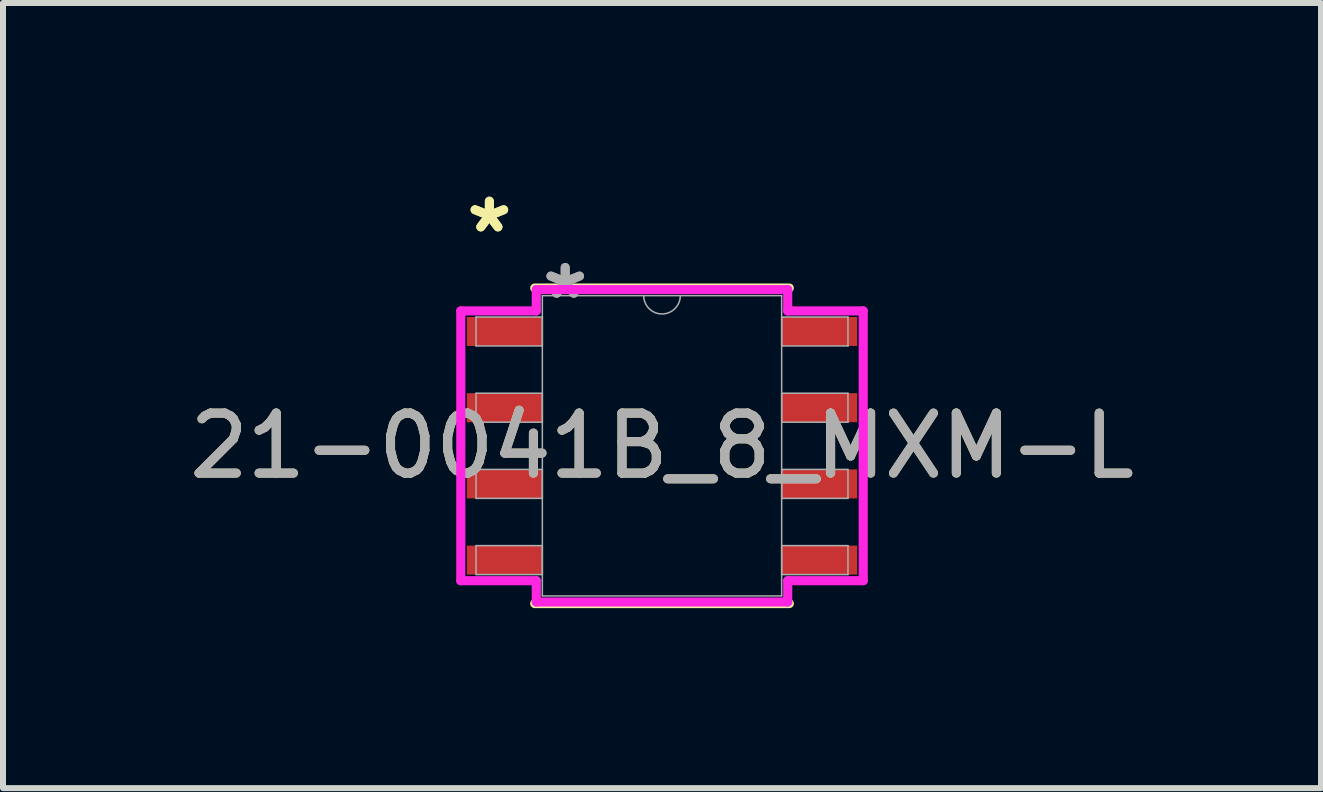
<source format=kicad_pcb>
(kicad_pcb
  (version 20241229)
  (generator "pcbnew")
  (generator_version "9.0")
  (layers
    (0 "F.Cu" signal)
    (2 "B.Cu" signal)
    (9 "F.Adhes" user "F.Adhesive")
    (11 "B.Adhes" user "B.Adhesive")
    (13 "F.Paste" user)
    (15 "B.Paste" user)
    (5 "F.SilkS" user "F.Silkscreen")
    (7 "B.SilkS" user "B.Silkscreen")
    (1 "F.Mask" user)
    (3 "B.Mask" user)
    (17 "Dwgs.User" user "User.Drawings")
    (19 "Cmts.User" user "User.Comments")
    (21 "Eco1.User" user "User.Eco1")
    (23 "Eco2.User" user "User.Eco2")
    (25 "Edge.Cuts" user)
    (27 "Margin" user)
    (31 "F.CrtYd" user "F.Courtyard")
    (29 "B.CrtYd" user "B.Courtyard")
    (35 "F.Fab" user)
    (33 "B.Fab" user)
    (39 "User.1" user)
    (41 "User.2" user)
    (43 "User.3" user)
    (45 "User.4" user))
  (footprint "21-0041B_8_MXM-L"
    (layer "F.Cu")
    (at 7.982 4.379)
    (property "Reference" "21-0041B_8_MXM-L" (at 0 0 0) (unlocked yes) (layer "F.SilkS") (effects (font (size 1 1) (thickness 0.15))))
    (attr smd)
    (fp_line (start -2.121 2.629) (end 2.121 2.629) (stroke (width 0.152) (type solid)) (layer "F.SilkS"))
    (fp_line (start 2.121 -2.629) (end -2.121 -2.629) (stroke (width 0.152) (type solid)) (layer "F.SilkS"))
    (fp_line (start -3.353 -2.248) (end -2.095 -2.248) (stroke (width 0.152) (type solid)) (layer "F.CrtYd"))
    (fp_line (start -3.353 2.248) (end -3.353 -2.248) (stroke (width 0.152) (type solid)) (layer "F.CrtYd"))
    (fp_line (start -3.353 2.248) (end -2.095 2.248) (stroke (width 0.152) (type solid)) (layer "F.CrtYd"))
    (fp_line (start -2.095 -2.603) (end 2.095 -2.603) (stroke (width 0.152) (type solid)) (layer "F.CrtYd"))
    (fp_line (start -2.095 -2.248) (end -2.095 -2.603) (stroke (width 0.152) (type solid)) (layer "F.CrtYd"))
    (fp_line (start -2.095 2.603) (end -2.095 2.248) (stroke (width 0.152) (type solid)) (layer "F.CrtYd"))
    (fp_line (start 2.095 -2.603) (end 2.095 -2.248) (stroke (width 0.152) (type solid)) (layer "F.CrtYd"))
    (fp_line (start 2.095 2.248) (end 2.095 2.603) (stroke (width 0.152) (type solid)) (layer "F.CrtYd"))
    (fp_line (start 2.095 2.603) (end -2.095 2.603) (stroke (width 0.152) (type solid)) (layer "F.CrtYd"))
    (fp_line (start 3.353 -2.248) (end 2.095 -2.248) (stroke (width 0.152) (type solid)) (layer "F.CrtYd"))
    (fp_line (start 3.353 -2.248) (end 3.353 2.248) (stroke (width 0.152) (type solid)) (layer "F.CrtYd"))
    (fp_line (start 3.353 2.248) (end 2.095 2.248) (stroke (width 0.152) (type solid)) (layer "F.CrtYd"))
    (fp_line (start -3.099 -2.146) (end -3.099 -1.664) (stroke (width 0.025) (type solid)) (layer "F.Fab"))
    (fp_line (start -3.099 -1.664) (end -1.994 -1.664) (stroke (width 0.025) (type solid)) (layer "F.Fab"))
    (fp_line (start -3.099 -0.876) (end -3.099 -0.394) (stroke (width 0.025) (type solid)) (layer "F.Fab"))
    (fp_line (start -3.099 -0.394) (end -1.994 -0.394) (stroke (width 0.025) (type solid)) (layer "F.Fab"))
    (fp_line (start -3.099 0.394) (end -3.099 0.876) (stroke (width 0.025) (type solid)) (layer "F.Fab"))
    (fp_line (start -3.099 0.876) (end -1.994 0.876) (stroke (width 0.025) (type solid)) (layer "F.Fab"))
    (fp_line (start -3.099 1.664) (end -3.099 2.146) (stroke (width 0.025) (type solid)) (layer "F.Fab"))
    (fp_line (start -3.099 2.146) (end -1.994 2.146) (stroke (width 0.025) (type solid)) (layer "F.Fab"))
    (fp_line (start -1.994 -2.502) (end -1.994 2.502) (stroke (width 0.025) (type solid)) (layer "F.Fab"))
    (fp_line (start -1.994 -2.146) (end -3.099 -2.146) (stroke (width 0.025) (type solid)) (layer "F.Fab"))
    (fp_line (start -1.994 -1.664) (end -1.994 -2.146) (stroke (width 0.025) (type solid)) (layer "F.Fab"))
    (fp_line (start -1.994 -0.876) (end -3.099 -0.876) (stroke (width 0.025) (type solid)) (layer "F.Fab"))
    (fp_line (start -1.994 -0.394) (end -1.994 -0.876) (stroke (width 0.025) (type solid)) (layer "F.Fab"))
    (fp_line (start -1.994 0.394) (end -3.099 0.394) (stroke (width 0.025) (type solid)) (layer "F.Fab"))
    (fp_line (start -1.994 0.876) (end -1.994 0.394) (stroke (width 0.025) (type solid)) (layer "F.Fab"))
    (fp_line (start -1.994 1.664) (end -3.099 1.664) (stroke (width 0.025) (type solid)) (layer "F.Fab"))
    (fp_line (start -1.994 2.146) (end -1.994 1.664) (stroke (width 0.025) (type solid)) (layer "F.Fab"))
    (fp_line (start -1.994 2.502) (end 1.994 2.502) (stroke (width 0.025) (type solid)) (layer "F.Fab"))
    (fp_line (start 1.994 -2.502) (end -1.994 -2.502) (stroke (width 0.025) (type solid)) (layer "F.Fab"))
    (fp_line (start 1.994 -2.146) (end 1.994 -1.664) (stroke (width 0.025) (type solid)) (layer "F.Fab"))
    (fp_line (start 1.994 -1.664) (end 3.099 -1.664) (stroke (width 0.025) (type solid)) (layer "F.Fab"))
    (fp_line (start 1.994 -0.876) (end 1.994 -0.394) (stroke (width 0.025) (type solid)) (layer "F.Fab"))
    (fp_line (start 1.994 -0.394) (end 3.099 -0.394) (stroke (width 0.025) (type solid)) (layer "F.Fab"))
    (fp_line (start 1.994 0.394) (end 1.994 0.876) (stroke (width 0.025) (type solid)) (layer "F.Fab"))
    (fp_line (start 1.994 0.876) (end 3.099 0.876) (stroke (width 0.025) (type solid)) (layer "F.Fab"))
    (fp_line (start 1.994 1.664) (end 1.994 2.146) (stroke (width 0.025) (type solid)) (layer "F.Fab"))
    (fp_line (start 1.994 2.146) (end 3.099 2.146) (stroke (width 0.025) (type solid)) (layer "F.Fab"))
    (fp_line (start 1.994 2.502) (end 1.994 -2.502) (stroke (width 0.025) (type solid)) (layer "F.Fab"))
    (fp_line (start 3.099 -2.146) (end 1.994 -2.146) (stroke (width 0.025) (type solid)) (layer "F.Fab"))
    (fp_line (start 3.099 -1.664) (end 3.099 -2.146) (stroke (width 0.025) (type solid)) (layer "F.Fab"))
    (fp_line (start 3.099 -0.876) (end 1.994 -0.876) (stroke (width 0.025) (type solid)) (layer "F.Fab"))
    (fp_line (start 3.099 -0.394) (end 3.099 -0.876) (stroke (width 0.025) (type solid)) (layer "F.Fab"))
    (fp_line (start 3.099 0.394) (end 1.994 0.394) (stroke (width 0.025) (type solid)) (layer "F.Fab"))
    (fp_line (start 3.099 0.876) (end 3.099 0.394) (stroke (width 0.025) (type solid)) (layer "F.Fab"))
    (fp_line (start 3.099 1.664) (end 1.994 1.664) (stroke (width 0.025) (type solid)) (layer "F.Fab"))
    (fp_line (start 3.099 2.146) (end 3.099 1.664) (stroke (width 0.025) (type solid)) (layer "F.Fab"))
    (fp_arc (start 0.3048 -2.5019) (mid 0 -2.1971) (end -0.3048 -2.5019) (stroke (width 0.0254) (type solid)) (layer "F.Fab"))
    (fp_text user "*" (at -2.877 -3.531 0) (layer "F.SilkS") (effects (font (size 1 1) (thickness 0.15))))
    (fp_text user "*" (at -2.877 -3.531 0) (unlocked yes) (layer "F.SilkS") (effects (font (size 1 1) (thickness 0.15))))
    (fp_text user "*" (at -1.613 -2.426 0) (layer "F.Fab") (effects (font (size 1 1) (thickness 0.15))))
    (fp_text user "*" (at -1.613 -2.426 0) (unlocked yes) (layer "F.Fab") (effects (font (size 1 1) (thickness 0.15))))
    (fp_text user "${REFERENCE}" (at 0 0 0) (unlocked yes) (layer "F.Fab") (effects (font (size 1 1) (thickness 0.15))))
    (pad "1" smd rect (at -2.623 -1.905) (size 1.257 0.483) (layers "F.Cu" "F.Mask" "F.Paste"))
    (pad "2" smd rect (at -2.623 -0.635) (size 1.257 0.483) (layers "F.Cu" "F.Mask" "F.Paste"))
    (pad "3" smd rect (at -2.623 0.635) (size 1.257 0.483) (layers "F.Cu" "F.Mask" "F.Paste"))
    (pad "4" smd rect (at -2.623 1.905) (size 1.257 0.483) (layers "F.Cu" "F.Mask" "F.Paste"))
    (pad "5" smd rect (at 2.623 1.905) (size 1.257 0.483) (layers "F.Cu" "F.Mask" "F.Paste"))
    (pad "6" smd rect (at 2.623 0.635) (size 1.257 0.483) (layers "F.Cu" "F.Mask" "F.Paste"))
    (pad "7" smd rect (at 2.623 -0.635) (size 1.257 0.483) (layers "F.Cu" "F.Mask" "F.Paste"))
    (pad "8" smd rect (at 2.623 -1.905) (size 1.257 0.483) (layers "F.Cu" "F.Mask" "F.Paste")))
  (gr_rect
    (start -3 -3)
    (end 18.964 10.084)
    (stroke (width 0.1) (type default))
    (fill no)
    (layer "Edge.Cuts")))
</source>
